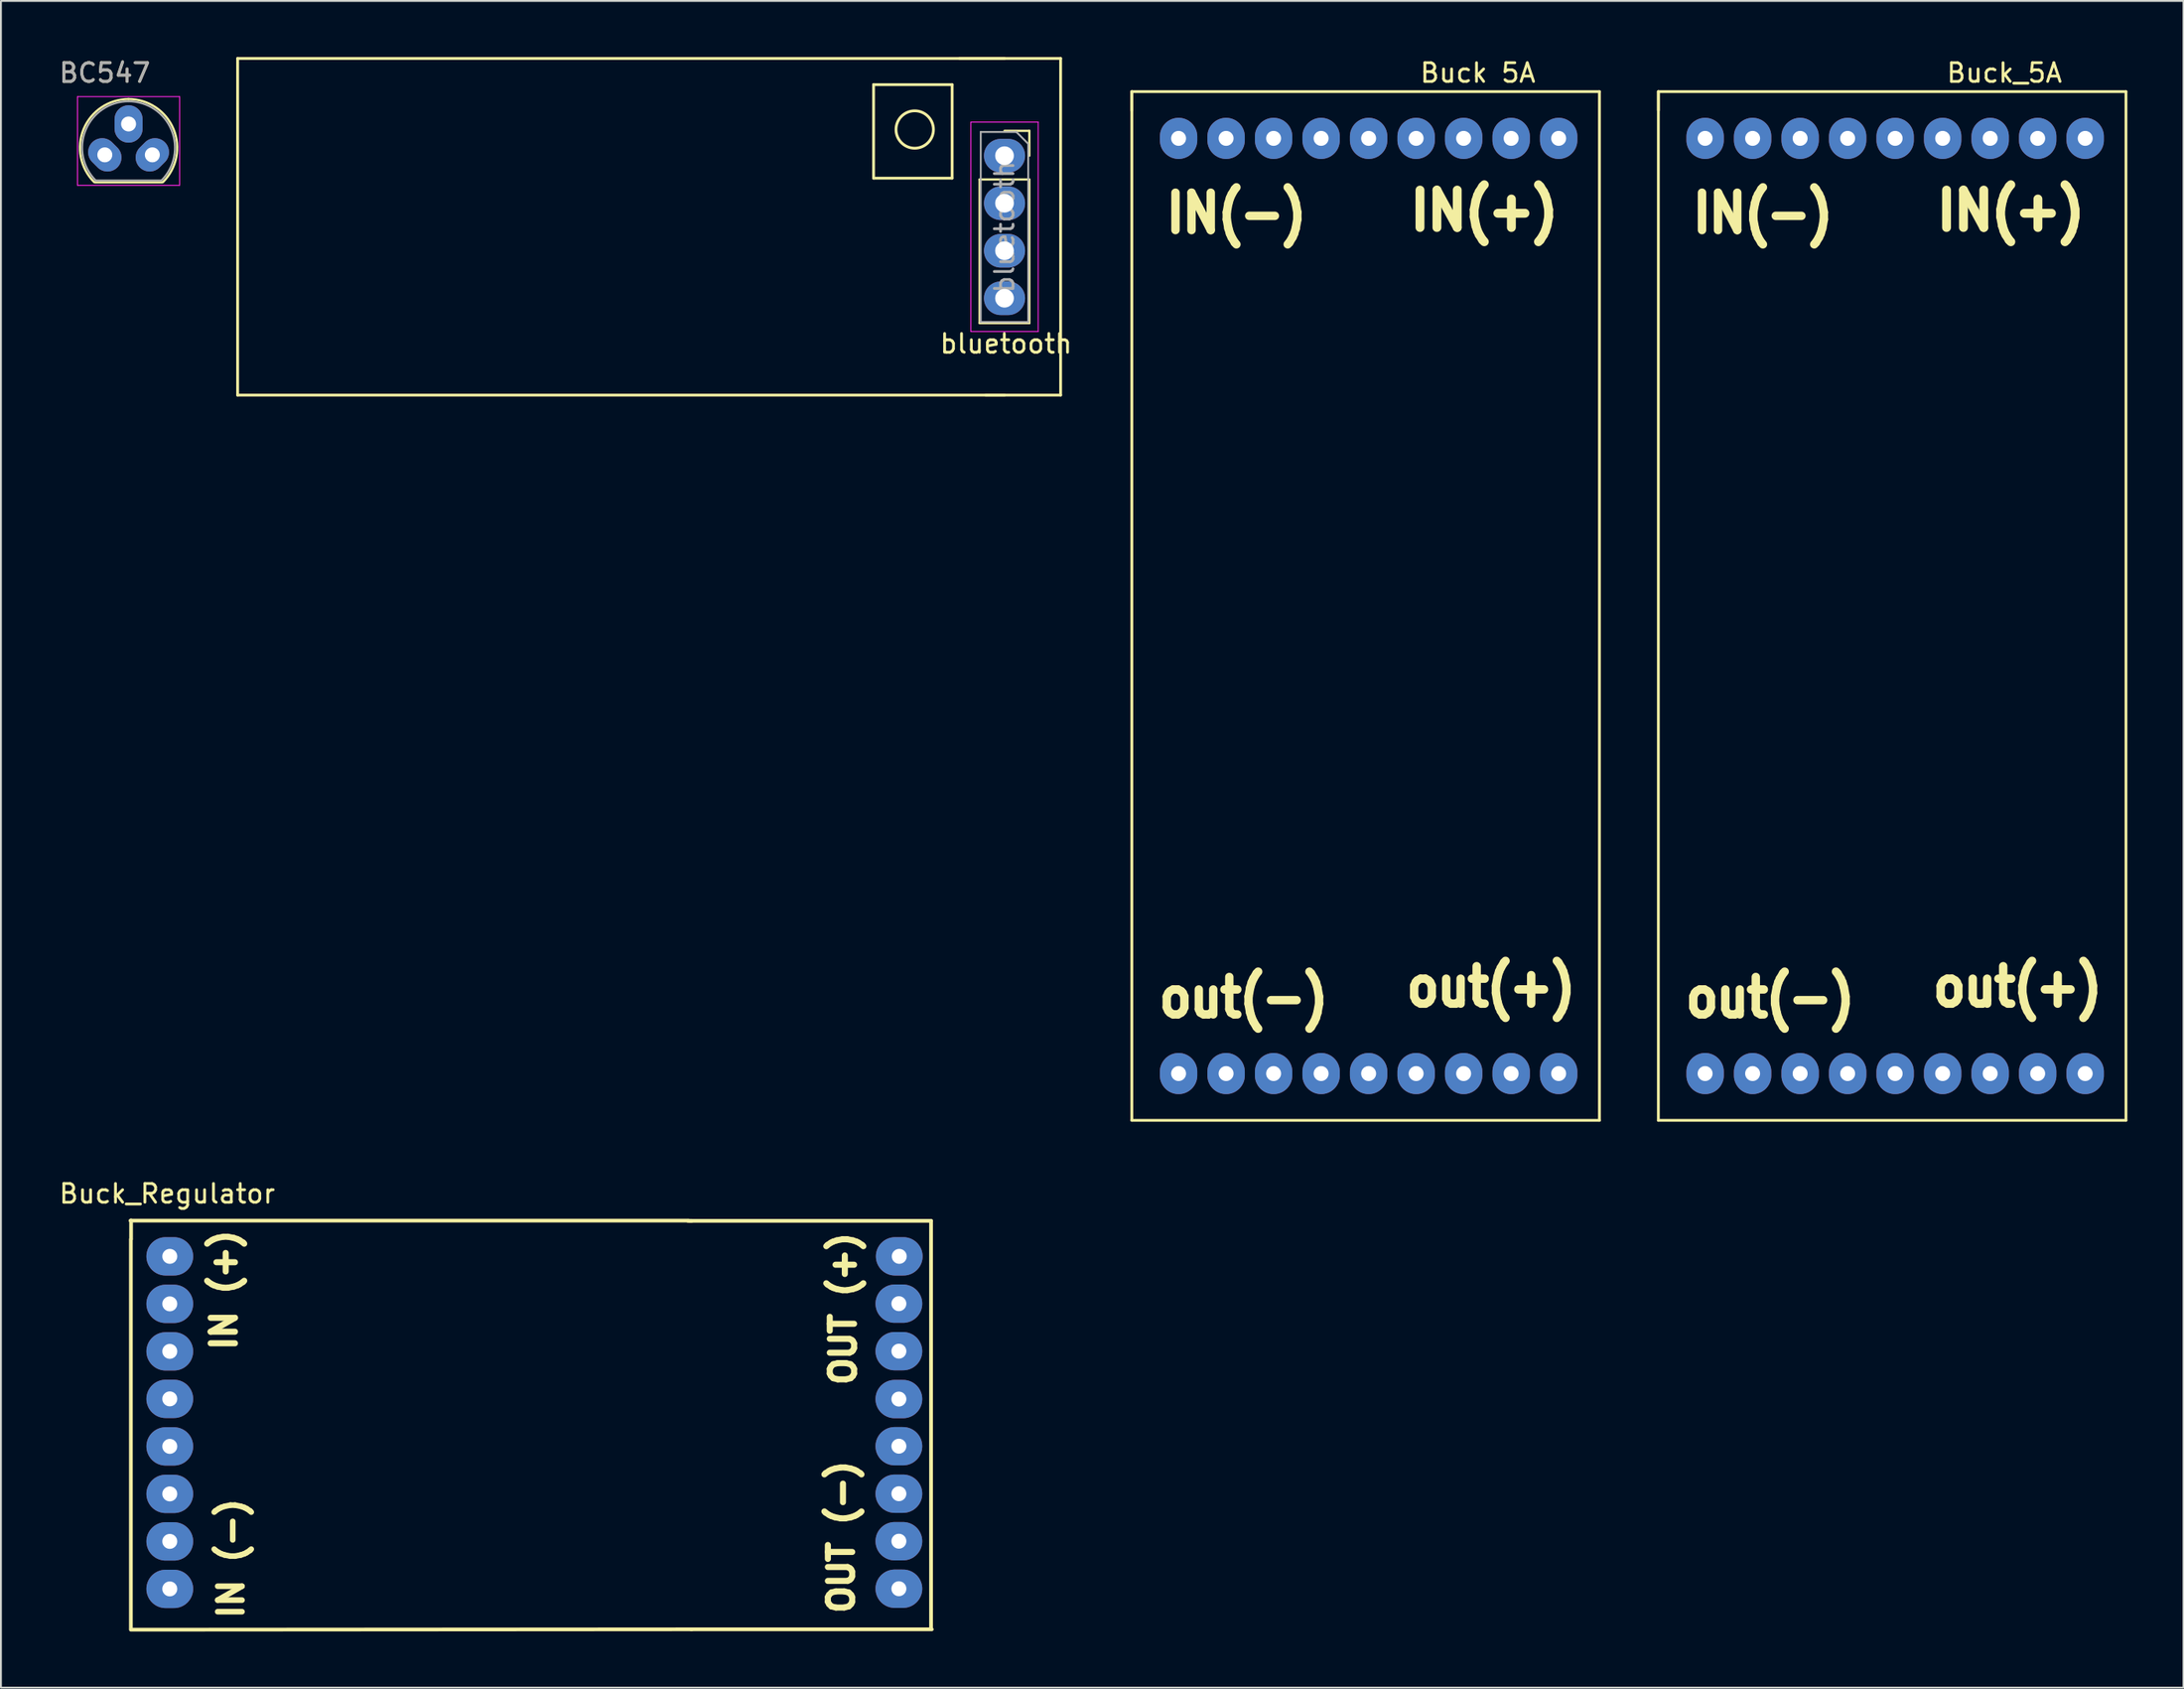
<source format=kicad_pcb>
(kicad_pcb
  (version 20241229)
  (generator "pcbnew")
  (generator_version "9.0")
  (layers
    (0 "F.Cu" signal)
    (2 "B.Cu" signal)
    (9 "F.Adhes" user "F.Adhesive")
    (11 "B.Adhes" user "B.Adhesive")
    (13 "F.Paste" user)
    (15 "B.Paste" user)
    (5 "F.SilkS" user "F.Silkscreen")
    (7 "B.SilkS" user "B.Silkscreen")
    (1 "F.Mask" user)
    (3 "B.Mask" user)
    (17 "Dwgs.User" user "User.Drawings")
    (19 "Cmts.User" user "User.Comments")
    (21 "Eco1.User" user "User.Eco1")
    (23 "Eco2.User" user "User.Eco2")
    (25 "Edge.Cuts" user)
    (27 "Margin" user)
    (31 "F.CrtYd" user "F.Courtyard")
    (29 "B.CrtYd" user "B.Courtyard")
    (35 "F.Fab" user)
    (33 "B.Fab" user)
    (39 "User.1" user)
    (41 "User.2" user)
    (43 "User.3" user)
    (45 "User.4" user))
  (footprint "Buck 5A"
    (layer "F.Cu")
    (at 69.961 1.848)
    (property "Reference" "Buck 5A" (at 6 -1 0) (layer "F.SilkS") (effects (font (size 1 1) (thickness 0.15))))
    (attr through_hole)
    (fp_line (start -12.5 0) (end -12.5 1) (stroke (width 0.15) (type solid)) (layer "F.SilkS"))
    (fp_line (start -12.5 0) (end 12.5 0) (stroke (width 0.15) (type solid)) (layer "F.SilkS"))
    (fp_line (start -12.5 55) (end -12.5 0) (stroke (width 0.15) (type solid)) (layer "F.SilkS"))
    (fp_line (start 12.5 0) (end 12.5 55) (stroke (width 0.15) (type solid)) (layer "F.SilkS"))
    (fp_line (start 12.5 55) (end -12.5 55) (stroke (width 0.15) (type solid)) (layer "F.SilkS"))
    (fp_text user "IN(+)" (at 6.345 6.365 0) (layer "F.SilkS") (effects (font (size 2 1.9) (thickness 0.475))))
    (fp_text user "out(-)" (at -6.518 48.435 180) (layer "F.SilkS") (effects (font (size 2 1.8) (thickness 0.45))))
    (fp_text user "IN(-)" (at -6.909 6.502 0) (layer "F.SilkS") (effects (font (size 2 1.8) (thickness 0.45))))
    (fp_text user "out(+)" (at 6.708 47.859 0) (layer "F.SilkS") (effects (font (size 2 1.8) (thickness 0.45))))
    (pad "0" thru_hole oval (at 0.16 2.5) (size 2 2.2) (drill 0.8) (layers "*.Cu" "*.Mask"))
    (pad "0" thru_hole oval (at 0.16 52.5) (size 2 2.2) (drill 0.8) (layers "*.Cu" "*.Mask"))
    (pad "1" thru_hole oval (at -10 2.5) (size 2 2.2) (drill 0.8) (layers "*.Cu" "*.Mask"))
    (pad "1" thru_hole oval (at -7.46 2.5) (size 2 2.2) (drill 0.8) (layers "*.Cu" "*.Mask"))
    (pad "1" thru_hole oval (at -4.92 2.5) (size 2 2.2) (drill 0.8) (layers "*.Cu" "*.Mask"))
    (pad "1" thru_hole oval (at -2.38 2.5) (size 2 2.2) (drill 0.8) (layers "*.Cu" "*.Mask"))
    (pad "2" thru_hole oval (at 2.7 2.5) (size 2 2.2) (drill 0.8) (layers "*.Cu" "*.Mask"))
    (pad "2" thru_hole oval (at 5.24 2.5) (size 2 2.2) (drill 0.8) (layers "*.Cu" "*.Mask"))
    (pad "2" thru_hole oval (at 7.78 2.5) (size 2 2.2) (drill 0.8) (layers "*.Cu" "*.Mask"))
    (pad "2" thru_hole oval (at 10.32 2.5) (size 2 2.2) (drill 0.8) (layers "*.Cu" "*.Mask"))
    (pad "3" thru_hole oval (at 2.7 52.5) (size 2 2.2) (drill 0.8) (layers "*.Cu" "*.Mask"))
    (pad "3" thru_hole oval (at 5.24 52.5) (size 2 2.2) (drill 0.8) (layers "*.Cu" "*.Mask"))
    (pad "3" thru_hole oval (at 7.78 52.5) (size 2 2.2) (drill 0.8) (layers "*.Cu" "*.Mask"))
    (pad "3" thru_hole oval (at 10.32 52.5) (size 2 2.2) (drill 0.8) (layers "*.Cu" "*.Mask"))
    (pad "4" thru_hole oval (at -10 52.5) (size 2 2.2) (drill 0.8) (layers "*.Cu" "*.Mask"))
    (pad "4" thru_hole oval (at -7.46 52.5) (size 2 2.2) (drill 0.8) (layers "*.Cu" "*.Mask"))
    (pad "4" thru_hole oval (at -4.92 52.5) (size 2 2.2) (drill 0.8) (layers "*.Cu" "*.Mask"))
    (pad "4" thru_hole oval (at -2.38 52.5) (size 2 2.2) (drill 0.8) (layers "*.Cu" "*.Mask")))
  (footprint "bluetooth"
    (layer "F.Cu")
    (at 43.654 8.075)
    (property "Reference" "bluetooth" (at 7.084 7.252 0) (layer "F.SilkS") (effects (font (size 1 1) (thickness 0.15))))
    (attr through_hole)
    (fp_line (start -34 -8) (end 10 -8) (stroke (width 0.15) (type solid)) (layer "F.SilkS"))
    (fp_line (start -34 10) (end -34 -8) (stroke (width 0.15) (type solid)) (layer "F.SilkS"))
    (fp_line (start 0 -6.6) (end 4.2 -6.6) (stroke (width 0.15) (type solid)) (layer "F.SilkS"))
    (fp_line (start 0 -1.6) (end 0 -6.6) (stroke (width 0.15) (type solid)) (layer "F.SilkS"))
    (fp_line (start 4.2 -6.6) (end 4.2 -1.6) (stroke (width 0.15) (type solid)) (layer "F.SilkS"))
    (fp_line (start 4.2 -1.6) (end 0 -1.6) (stroke (width 0.15) (type solid)) (layer "F.SilkS"))
    (fp_line (start 5.67 -1.53) (end 5.67 6.15) (stroke (width 0.12) (type solid)) (layer "F.SilkS"))
    (fp_line (start 7 -8) (end 4.6 -8) (stroke (width 0.15) (type solid)) (layer "F.SilkS"))
    (fp_line (start 7 10) (end 6 10) (stroke (width 0.15) (type solid)) (layer "F.SilkS"))
    (fp_line (start 8.33 -4.13) (end 7 -4.13) (stroke (width 0.12) (type solid)) (layer "F.SilkS"))
    (fp_line (start 8.33 -2.8) (end 8.33 -4.13) (stroke (width 0.12) (type solid)) (layer "F.SilkS"))
    (fp_line (start 8.33 -1.53) (end 5.67 -1.53) (stroke (width 0.12) (type solid)) (layer "F.SilkS"))
    (fp_line (start 8.33 -1.53) (end 8.33 6.15) (stroke (width 0.12) (type solid)) (layer "F.SilkS"))
    (fp_line (start 8.33 6.15) (end 5.67 6.15) (stroke (width 0.12) (type solid)) (layer "F.SilkS"))
    (fp_line (start 10 -8) (end 10 10) (stroke (width 0.15) (type solid)) (layer "F.SilkS"))
    (fp_line (start 10 10) (end -34 10) (stroke (width 0.15) (type solid)) (layer "F.SilkS"))
    (fp_circle (center 2.2 -4.2) (end 1.6 -3.4) (stroke (width 0.15) (type solid)) (fill no) (layer "F.SilkS"))
    (fp_line (start 5.2 -4.6) (end 8.8 -4.6) (stroke (width 0.05) (type solid)) (layer "F.CrtYd"))
    (fp_line (start 5.2 6.6) (end 5.2 -4.6) (stroke (width 0.05) (type solid)) (layer "F.CrtYd"))
    (fp_line (start 8.8 -4.6) (end 8.8 6.6) (stroke (width 0.05) (type solid)) (layer "F.CrtYd"))
    (fp_line (start 8.8 6.6) (end 5.2 6.6) (stroke (width 0.05) (type solid)) (layer "F.CrtYd"))
    (fp_line (start 5.73 -4.07) (end 5.73 6.09) (stroke (width 0.1) (type solid)) (layer "F.Fab"))
    (fp_line (start 5.73 6.09) (end 8.27 6.09) (stroke (width 0.1) (type solid)) (layer "F.Fab"))
    (fp_line (start 7.635 -4.07) (end 5.73 -4.07) (stroke (width 0.1) (type solid)) (layer "F.Fab"))
    (fp_line (start 8.27 -3.435) (end 7.635 -4.07) (stroke (width 0.1) (type solid)) (layer "F.Fab"))
    (fp_line (start 8.27 6.09) (end 8.27 -3.435) (stroke (width 0.1) (type solid)) (layer "F.Fab"))
    (fp_text user "${REFERENCE}" (at 7 1.01 90) (layer "F.Fab") (effects (font (size 1 1) (thickness 0.15))))
    (pad "1" thru_hole oval (at 7 -2.8) (size 2.2 1.8) (drill 1) (layers "*.Cu" "*.Mask"))
    (pad "2" thru_hole oval (at 7 -0.26) (size 2.2 1.8) (drill 1) (layers "*.Cu" "*.Mask"))
    (pad "3" thru_hole oval (at 7 2.28) (size 2.2 1.8) (drill 1) (layers "*.Cu" "*.Mask"))
    (pad "4" thru_hole oval (at 7 4.82) (size 2.2 1.8) (drill 1) (layers "*.Cu" "*.Mask")))
  (footprint "Buck_5A"
    (layer "F.Cu")
    (at 98.111 1.848)
    (property "Reference" "Buck_5A" (at 6 -1 0) (layer "F.SilkS") (effects (font (size 1 1) (thickness 0.15))))
    (attr through_hole)
    (fp_line (start -12.5 0) (end -12.5 1) (stroke (width 0.15) (type solid)) (layer "F.SilkS"))
    (fp_line (start -12.5 0) (end 12.5 0) (stroke (width 0.15) (type solid)) (layer "F.SilkS"))
    (fp_line (start -12.5 55) (end -12.5 0) (stroke (width 0.15) (type solid)) (layer "F.SilkS"))
    (fp_line (start 12.5 0) (end 12.5 55) (stroke (width 0.15) (type solid)) (layer "F.SilkS"))
    (fp_line (start 12.5 55) (end -12.5 55) (stroke (width 0.15) (type solid)) (layer "F.SilkS"))
    (fp_text user "IN(+)" (at 6.345 6.365 0) (layer "F.SilkS") (effects (font (size 2 1.9) (thickness 0.475))))
    (fp_text user "out(-)" (at -6.518 48.435 180) (layer "F.SilkS") (effects (font (size 2 1.8) (thickness 0.45))))
    (fp_text user "out(+)" (at 6.708 47.859 0) (layer "F.SilkS") (effects (font (size 2 1.8) (thickness 0.45))))
    (fp_text user "IN(-)" (at -6.909 6.502 0) (layer "F.SilkS") (effects (font (size 2 1.8) (thickness 0.45))))
    (pad "0" thru_hole oval (at 0.16 2.5) (size 2 2.2) (drill 0.8) (layers "*.Cu" "*.Mask"))
    (pad "0" thru_hole oval (at 0.16 52.5) (size 2 2.2) (drill 0.8) (layers "*.Cu" "*.Mask"))
    (pad "1" thru_hole oval (at -10 2.5) (size 2 2.2) (drill 0.8) (layers "*.Cu" "*.Mask"))
    (pad "1" thru_hole oval (at -7.46 2.5) (size 2 2.2) (drill 0.8) (layers "*.Cu" "*.Mask"))
    (pad "1" thru_hole oval (at -4.92 2.5) (size 2 2.2) (drill 0.8) (layers "*.Cu" "*.Mask"))
    (pad "1" thru_hole oval (at -2.38 2.5) (size 2 2.2) (drill 0.8) (layers "*.Cu" "*.Mask"))
    (pad "2" thru_hole oval (at 2.7 2.5) (size 2 2.2) (drill 0.8) (layers "*.Cu" "*.Mask"))
    (pad "2" thru_hole oval (at 5.24 2.5) (size 2 2.2) (drill 0.8) (layers "*.Cu" "*.Mask"))
    (pad "2" thru_hole oval (at 7.78 2.5) (size 2 2.2) (drill 0.8) (layers "*.Cu" "*.Mask"))
    (pad "2" thru_hole oval (at 10.32 2.5) (size 2 2.2) (drill 0.8) (layers "*.Cu" "*.Mask"))
    (pad "3" thru_hole oval (at 2.7 52.5) (size 2 2.2) (drill 0.8) (layers "*.Cu" "*.Mask"))
    (pad "3" thru_hole oval (at 5.24 52.5) (size 2 2.2) (drill 0.8) (layers "*.Cu" "*.Mask"))
    (pad "3" thru_hole oval (at 7.78 52.5) (size 2 2.2) (drill 0.8) (layers "*.Cu" "*.Mask"))
    (pad "3" thru_hole oval (at 10.32 52.5) (size 2 2.2) (drill 0.8) (layers "*.Cu" "*.Mask"))
    (pad "4" thru_hole oval (at -10 52.5) (size 2 2.2) (drill 0.8) (layers "*.Cu" "*.Mask"))
    (pad "4" thru_hole oval (at -7.46 52.5) (size 2 2.2) (drill 0.8) (layers "*.Cu" "*.Mask"))
    (pad "4" thru_hole oval (at -4.92 52.5) (size 2 2.2) (drill 0.8) (layers "*.Cu" "*.Mask"))
    (pad "4" thru_hole oval (at -2.38 52.5) (size 2 2.2) (drill 0.8) (layers "*.Cu" "*.Mask")))
  (footprint "BC547"
    (layer "F.Cu")
    (at 2.554 4.848)
    (property "Reference" "BC547" (at 0 -4 0) (layer "F.SilkS") (effects (font (size 1 1) (thickness 0.15))))
    (attr through_hole)
    (fp_line (start -0.53 1.85) (end 3.07 1.85) (stroke (width 0.12) (type solid)) (layer "F.SilkS"))
    (fp_arc (start -0.568478 1.838478) (mid -1.132087 -0.994977) (end 1.27 -2.6) (stroke (width 0.12) (type solid)) (layer "F.SilkS"))
    (fp_arc (start 1.27 -2.6) (mid 3.672087 -0.994977) (end 3.108478 1.838478) (stroke (width 0.12) (type solid)) (layer "F.SilkS"))
    (fp_line (start -1.46 -2.73) (end -1.46 2.01) (stroke (width 0.05) (type solid)) (layer "F.CrtYd"))
    (fp_line (start -1.46 -2.73) (end 4 -2.73) (stroke (width 0.05) (type solid)) (layer "F.CrtYd"))
    (fp_line (start 4 2.01) (end -1.46 2.01) (stroke (width 0.05) (type solid)) (layer "F.CrtYd"))
    (fp_line (start 4 2.01) (end 4 -2.73) (stroke (width 0.05) (type solid)) (layer "F.CrtYd"))
    (fp_line (start -0.5 1.75) (end 3 1.75) (stroke (width 0.1) (type solid)) (layer "F.Fab"))
    (fp_arc (start -0.483625 1.753625) (mid -1.021221 -0.949055) (end 1.27 -2.48) (stroke (width 0.1) (type solid)) (layer "F.Fab"))
    (fp_arc (start 1.27 -2.48) (mid 3.561221 -0.949055) (end 3.023625 1.753625) (stroke (width 0.1) (type solid)) (layer "F.Fab"))
    (fp_text user "${REFERENCE}" (at 0 -4 0) (layer "F.Fab") (effects (font (size 1 1) (thickness 0.15))))
    (pad "1" thru_hole oval (at 0 0.381 45) (size 1.5 1.9) (drill 0.8) (layers "*.Cu" "*.Mask"))
    (pad "2" thru_hole oval (at 1.27 -1.27 90) (size 2 1.5) (drill 0.8) (layers "*.Cu" "*.Mask"))
    (pad "3" thru_hole oval (at 2.54 0.381 45) (size 1.9 1.5) (drill 0.8) (layers "*.Cu" "*.Mask")))
  (footprint "Buck_Regulator"
    (layer "F.Cu")
    (at 6.027 64.121)
    (property "Reference" "Buck_Regulator" (at -0.14 -3.35 0) (layer "F.SilkS") (effects (font (size 1 1) (thickness 0.15))))
    (attr through_hole)
    (fp_line (start -2.1 -1.91) (end 27.74 -1.91) (stroke (width 0.2) (type solid)) (layer "F.SilkS"))
    (fp_line (start -2.08 -0.9) (end -2.08 19.9) (stroke (width 0.2) (type solid)) (layer "F.SilkS"))
    (fp_line (start -2.08 19.96) (end 27.91 19.94) (stroke (width 0.2) (type solid)) (layer "F.SilkS"))
    (fp_line (start -2.07 -0.93) (end -2.07 -1.92) (stroke (width 0.2) (type solid)) (layer "F.SilkS"))
    (fp_line (start 27.7 -1.9) (end 27.9 -1.9) (stroke (width 0.2) (type solid)) (layer "F.SilkS"))
    (fp_line (start 27.8 -1.9) (end 40.7 -1.9) (stroke (width 0.2) (type solid)) (layer "F.SilkS"))
    (fp_line (start 27.87 19.94) (end 40.74 19.94) (stroke (width 0.2) (type solid)) (layer "F.SilkS"))
    (fp_line (start 40.7 -1.9) (end 40.7 19.9) (stroke (width 0.2) (type solid)) (layer "F.SilkS"))
    (fp_text user "OUT (+)" (at 36 2.8 90) (layer "F.SilkS") (effects (font (size 1.3 1.3) (thickness 0.325))))
    (fp_text user "IN (-)" (at 3.275 16.15 90) (layer "F.SilkS") (effects (font (size 1.3 1.3) (thickness 0.3))))
    (fp_text user "IN (+)" (at 2.9 1.8 90) (layer "F.SilkS") (effects (font (size 1.3 1.3) (thickness 0.325))))
    (fp_text user "OUT (-)" (at 35.9 15 90) (layer "F.SilkS") (effects (font (size 1.3 1.3) (thickness 0.325))))
    (pad "1" thru_hole oval (at 0 0) (size 2.5 2.05) (drill 0.8) (layers "*.Cu" "*.Mask"))
    (pad "1" thru_hole oval (at 0 2.54) (size 2.5 2.05) (drill 0.8) (layers "*.Cu" "*.Mask"))
    (pad "1" thru_hole oval (at 0 5.08) (size 2.5 2.05) (drill 0.8) (layers "*.Cu" "*.Mask"))
    (pad "1" thru_hole oval (at 0 7.62) (size 2.5 2.05) (drill 0.8) (layers "*.Cu" "*.Mask"))
    (pad "2" thru_hole oval (at 0 10.16) (size 2.5 2.05) (drill 0.8) (layers "*.Cu" "*.Mask"))
    (pad "2" thru_hole oval (at 0 12.7) (size 2.5 2.05) (drill 0.8) (layers "*.Cu" "*.Mask"))
    (pad "2" thru_hole oval (at 0 15.24) (size 2.5 2.05) (drill 0.8) (layers "*.Cu" "*.Mask"))
    (pad "2" thru_hole oval (at 0 17.78) (size 2.5 2.05) (drill 0.8) (layers "*.Cu" "*.Mask"))
    (pad "3" thru_hole oval (at 38.98 10.15) (size 2.5 2.05) (drill 0.8) (layers "*.Cu" "*.Mask"))
    (pad "3" thru_hole oval (at 38.98 12.69) (size 2.5 2.05) (drill 0.8) (layers "*.Cu" "*.Mask"))
    (pad "3" thru_hole oval (at 38.98 15.23) (size 2.5 2.05) (drill 0.8) (layers "*.Cu" "*.Mask"))
    (pad "3" thru_hole oval (at 38.98 17.77) (size 2.5 2.05) (drill 0.8) (layers "*.Cu" "*.Mask"))
    (pad "4" thru_hole oval (at 38.98 2.53) (size 2.5 2.05) (drill 0.8) (layers "*.Cu" "*.Mask"))
    (pad "4" thru_hole oval (at 38.98 5.07) (size 2.5 2.05) (drill 0.8) (layers "*.Cu" "*.Mask"))
    (pad "4" thru_hole oval (at 38.98 7.63) (size 2.5 2.05) (drill 0.8) (layers "*.Cu" "*.Mask"))
    (pad "4" thru_hole oval (at 39 0) (size 2.5 2.05) (drill 0.8) (layers "*.Cu" "*.Mask")))
  (gr_rect
    (start -3 -3)
    (end 113.686 87.181)
    (stroke (width 0.1) (type default))
    (fill no)
    (layer "Edge.Cuts")))
</source>
